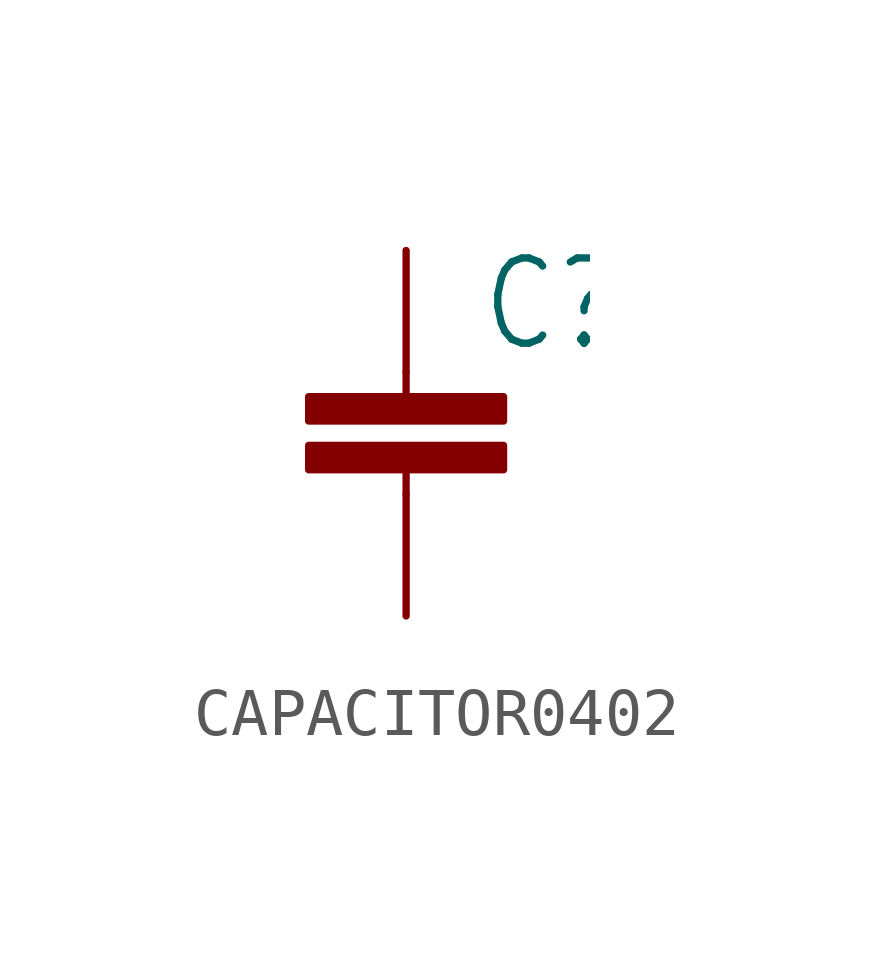
<source format=kicad_sym>
(kicad_symbol_lib
  (version 20241209)
  (generator "kicad_symbol_editor")
  (generator_version "9.0")
  (symbol "CAPACITOR0402"
    (property "Reference" "C"
      (at 1.524 2.921 0)
      (effects (font (size 1.778 1.511)) (justify left bottom)))
    (property "Value" ""
      (at 1.524 -2.159 0)
      (effects (font (size 1.778 1.511)) (justify left bottom)))
    (property "ki_locked" ""
      (at 0 0 0)
      (effects (font (size 1.27 1.27))))
    (symbol "CAPACITOR0402_1_0"
      (rectangle (start -2.032 1.524) (end 2.032 2.032) (stroke (width 0) (type default)) (fill (type outline)))
      (rectangle (start -2.032 0.508) (end 2.032 1.016) (stroke (width 0) (type default)) (fill (type outline)))
      (polyline (pts (xy 0 2.54) (xy 0 2.032)) (stroke (width 0.152) (type solid)) (fill (type none)))
      (polyline (pts (xy 0 0) (xy 0 0.508)) (stroke (width 0.152) (type solid)) (fill (type none)))
      (pin passive line (at 0 5.08 270) (length 2.54) (name "1" (effects (font (size 0 0)))) (number "1" (effects (font (size 0 0)))))
      (pin passive line (at 0 -2.54 90) (length 2.54) (name "2" (effects (font (size 0 0)))) (number "2" (effects (font (size 0 0))))))))
</source>
